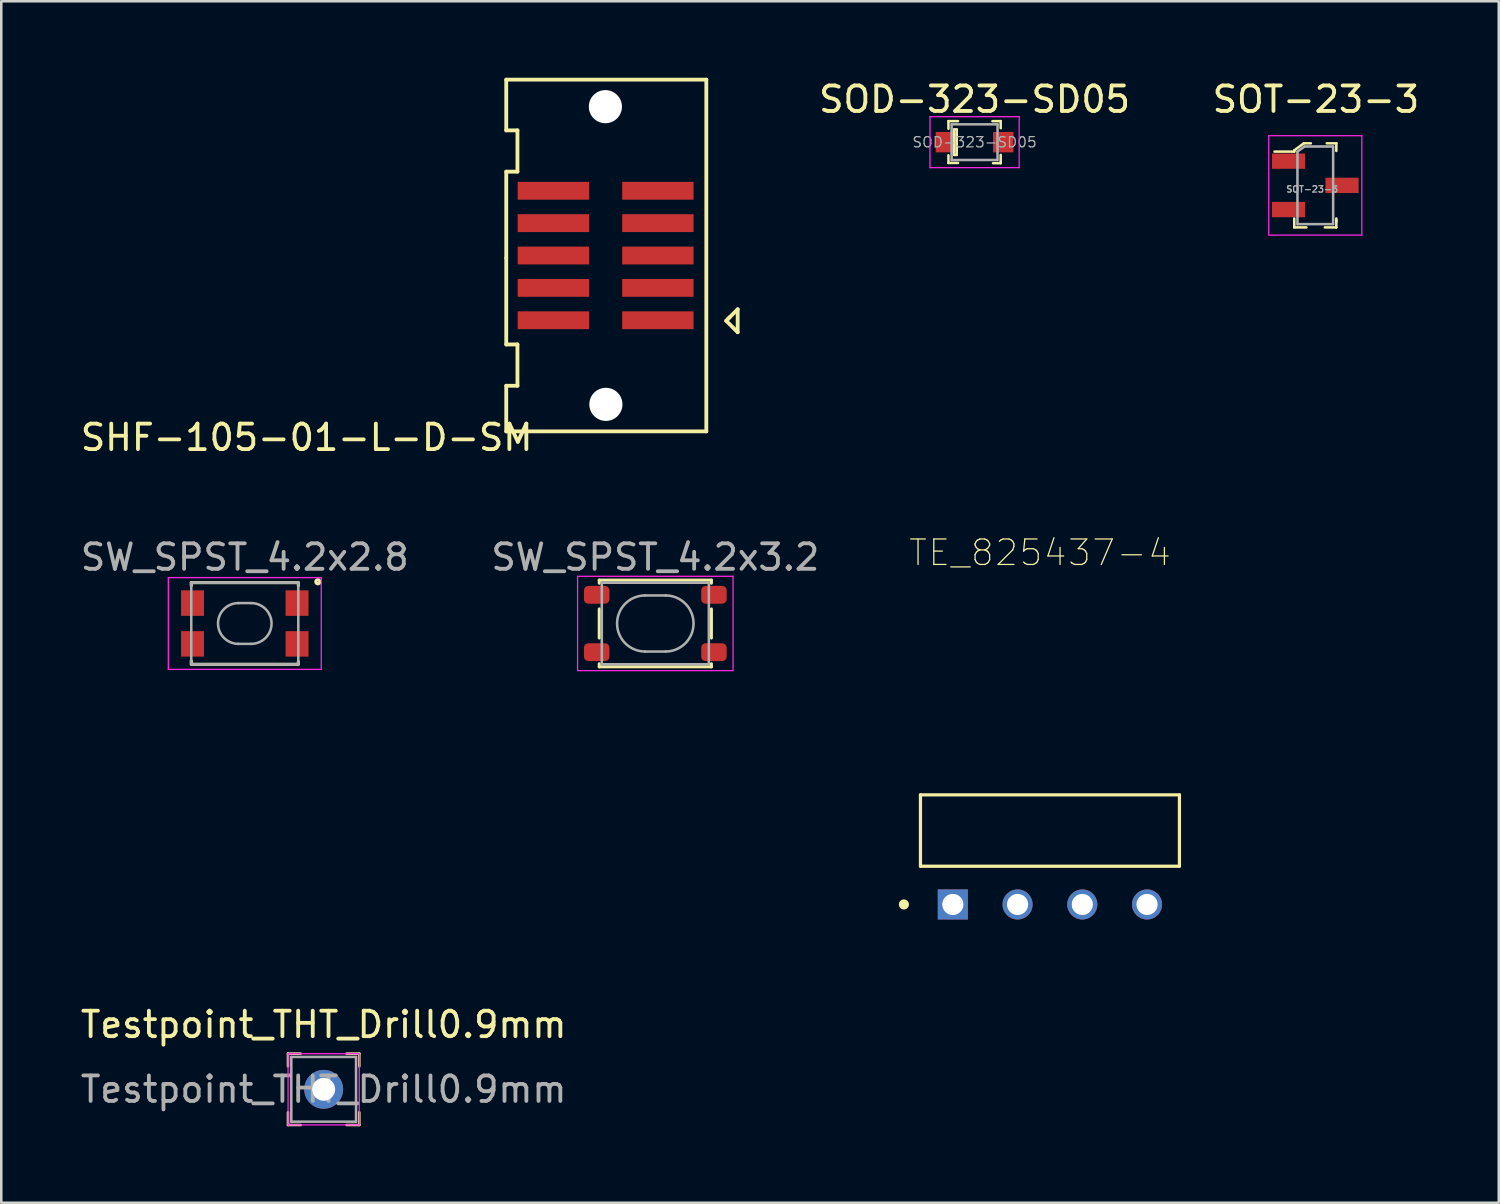
<source format=kicad_pcb>
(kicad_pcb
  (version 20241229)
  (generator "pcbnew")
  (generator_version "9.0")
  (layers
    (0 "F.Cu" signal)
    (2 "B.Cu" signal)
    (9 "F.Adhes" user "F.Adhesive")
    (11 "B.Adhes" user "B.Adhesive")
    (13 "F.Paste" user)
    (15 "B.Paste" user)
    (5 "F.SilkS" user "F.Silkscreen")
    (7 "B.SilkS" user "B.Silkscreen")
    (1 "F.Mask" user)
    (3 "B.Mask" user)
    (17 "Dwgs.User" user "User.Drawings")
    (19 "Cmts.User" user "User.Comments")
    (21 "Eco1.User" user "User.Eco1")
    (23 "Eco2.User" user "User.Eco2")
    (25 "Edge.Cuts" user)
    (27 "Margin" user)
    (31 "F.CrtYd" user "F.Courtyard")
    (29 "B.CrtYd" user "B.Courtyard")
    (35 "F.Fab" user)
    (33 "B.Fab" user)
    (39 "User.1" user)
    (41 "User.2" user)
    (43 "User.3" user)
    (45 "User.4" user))
  (footprint "SW_SPST_4.2x2.8"
    (layer "F.Cu")
    (at 6.554 21.412)
    (property "Reference" "SW_SPST_4.2x2.8" (at 0 -2.6 0) (layer "F.Fab") (effects (font (size 1 1) (thickness 0.15))))
    (attr smd)
    (fp_line (start -2.1 -1.6) (end -2.1 -1.48) (stroke (width 0.12) (type solid)) (layer "F.SilkS"))
    (fp_line (start -2.1 -1.6) (end 2.1 -1.6) (stroke (width 0.12) (type solid)) (layer "F.SilkS"))
    (fp_line (start -2.1 1.58) (end -2.1 1.46) (stroke (width 0.12) (type solid)) (layer "F.SilkS"))
    (fp_line (start -2.1 1.6) (end 2.1 1.6) (stroke (width 0.12) (type solid)) (layer "F.SilkS"))
    (fp_line (start 2.1 -1.6) (end 2.1 -1.48) (stroke (width 0.12) (type solid)) (layer "F.SilkS"))
    (fp_line (start 2.1 1.6) (end 2.1 1.5) (stroke (width 0.12) (type solid)) (layer "F.SilkS"))
    (fp_circle (center 2.867 -1.637) (end 2.882 -1.637) (stroke (width 0.127) (type solid)) (fill no) (layer "F.SilkS"))
    (fp_line (start -2.75 -1.5) (end -2.75 1.5) (stroke (width 0.127) (type solid)) (layer "Eco2.User"))
    (fp_line (start -2.75 1.5) (end 2.75 1.5) (stroke (width 0.127) (type solid)) (layer "Eco2.User"))
    (fp_line (start 2.75 -1.5) (end -2.75 -1.5) (stroke (width 0.127) (type solid)) (layer "Eco2.User"))
    (fp_line (start 2.75 1.5) (end 2.75 -1.5) (stroke (width 0.127) (type solid)) (layer "Eco2.User"))
    (fp_line (start -3 -1.8) (end 3 -1.8) (stroke (width 0.05) (type solid)) (layer "F.CrtYd"))
    (fp_line (start -3 1.8) (end -3 -1.8) (stroke (width 0.05) (type solid)) (layer "F.CrtYd"))
    (fp_line (start 3 -1.8) (end 3 1.8) (stroke (width 0.05) (type solid)) (layer "F.CrtYd"))
    (fp_line (start 3 1.8) (end -3 1.8) (stroke (width 0.05) (type solid)) (layer "F.CrtYd"))
    (fp_line (start -2.1 -1.6) (end -2.1 1.6) (stroke (width 0.1) (type solid)) (layer "F.Fab"))
    (fp_line (start -2.1 1.6) (end 2.1 1.6) (stroke (width 0.1) (type solid)) (layer "F.Fab"))
    (fp_line (start -0.25 -0.8) (end 0.25 -0.8) (stroke (width 0.1) (type solid)) (layer "F.Fab"))
    (fp_line (start 0.25 0.8) (end -0.25 0.8) (stroke (width 0.1) (type solid)) (layer "F.Fab"))
    (fp_line (start 2.1 -1.6) (end -2.1 -1.6) (stroke (width 0.1) (type solid)) (layer "F.Fab"))
    (fp_line (start 2.1 1.6) (end 2.1 -1.6) (stroke (width 0.1) (type solid)) (layer "F.Fab"))
    (fp_arc (start -0.25 0.8) (mid -1.05 0) (end -0.25 -0.8) (stroke (width 0.1) (type solid)) (layer "F.Fab"))
    (fp_arc (start 0.25 -0.8) (mid 1.05 0) (end 0.25 0.8) (stroke (width 0.1) (type solid)) (layer "F.Fab"))
    (pad "1" smd rect (at 2.05 -0.8) (size 0.9 1) (layers "F.Cu" "F.Mask" "F.Paste"))
    (pad "2" smd rect (at 2.05 0.8) (size 0.9 1) (layers "F.Cu" "F.Mask" "F.Paste"))
    (pad "3" smd rect (at -2.05 -0.8) (size 0.9 1) (layers "F.Cu" "F.Mask" "F.Paste"))
    (pad "4" smd rect (at -2.05 0.8) (size 0.9 1) (layers "F.Cu" "F.Mask" "F.Paste")))
  (footprint "SOT-23-3"
    (layer "F.Cu")
    (at 48.555 4.223)
    (property "Reference" "SOT-23-3" (at 0.025 -3.375 0) (layer "F.SilkS") (effects (font (size 1 1) (thickness 0.15))))
    (attr smd)
    (fp_line (start -0.825 -1.375) (end -0.825 -1.325) (stroke (width 0.1) (type solid)) (layer "F.SilkS"))
    (fp_line (start -0.825 -1.325) (end -1.6 -1.325) (stroke (width 0.1) (type solid)) (layer "F.SilkS"))
    (fp_line (start -0.825 1.65) (end -0.825 1.3) (stroke (width 0.1) (type solid)) (layer "F.SilkS"))
    (fp_line (start -0.45 -1.65) (end -0.825 -1.375) (stroke (width 0.1) (type solid)) (layer "F.SilkS"))
    (fp_line (start -0.35 1.65) (end -0.825 1.65) (stroke (width 0.1) (type solid)) (layer "F.SilkS"))
    (fp_line (start -0.175 -1.65) (end -0.45 -1.65) (stroke (width 0.1) (type solid)) (layer "F.SilkS"))
    (fp_line (start 0.45 -1.65) (end 0.825 -1.65) (stroke (width 0.1) (type solid)) (layer "F.SilkS"))
    (fp_line (start 0.825 -1.65) (end 0.825 -1.35) (stroke (width 0.1) (type solid)) (layer "F.SilkS"))
    (fp_line (start 0.825 1.35) (end 0.825 1.65) (stroke (width 0.1) (type solid)) (layer "F.SilkS"))
    (fp_line (start 0.825 1.425) (end 0.825 1.3) (stroke (width 0.1) (type solid)) (layer "F.SilkS"))
    (fp_line (start 0.825 1.65) (end 0.375 1.65) (stroke (width 0.1) (type solid)) (layer "F.SilkS"))
    (fp_line (start -1.825 -1.95) (end -1.825 1.95) (stroke (width 0.05) (type solid)) (layer "F.CrtYd"))
    (fp_line (start -1.825 -1.95) (end 1.825 -1.95) (stroke (width 0.05) (type solid)) (layer "F.CrtYd"))
    (fp_line (start 1.825 -1.95) (end 1.825 1.95) (stroke (width 0.05) (type solid)) (layer "F.CrtYd"))
    (fp_line (start 1.825 1.95) (end -1.825 1.95) (stroke (width 0.05) (type solid)) (layer "F.CrtYd"))
    (fp_line (start -0.7 -1.325) (end -0.7 1.525) (stroke (width 0.1) (type solid)) (layer "F.Fab"))
    (fp_line (start -0.7 1.52) (end 0.7 1.52) (stroke (width 0.1) (type solid)) (layer "F.Fab"))
    (fp_line (start -0.425 -1.525) (end -0.7 -1.325) (stroke (width 0.1) (type solid)) (layer "F.Fab"))
    (fp_line (start -0.425 -1.525) (end 0.7 -1.525) (stroke (width 0.1) (type solid)) (layer "F.Fab"))
    (fp_line (start 0.7 1.52) (end 0.7 -1.52) (stroke (width 0.1) (type solid)) (layer "F.Fab"))
    (fp_text user "${REFERENCE}" (at -0.125 0.15 0) (layer "F.Fab") (effects (font (size 0.25 0.25) (thickness 0.05))))
    (pad "1" smd rect (at -1.05 -0.95) (size 1.3 0.6) (layers "F.Cu" "F.Mask" "F.Paste"))
    (pad "2" smd rect (at -1.05 0.95) (size 1.3 0.6) (layers "F.Cu" "F.Mask" "F.Paste"))
    (pad "3" smd rect (at 1.05 0) (size 1.3 0.6) (layers "F.Cu" "F.Mask" "F.Paste")))
  (footprint "SHF-105-01-L-D-SM"
    (layer "F.Cu")
    (at 20.632 7.005)
    (property "Reference" "SHF-105-01-L-D-SM" (at -11.65 7.11 0) (layer "F.SilkS") (effects (font (size 1 1) (thickness 0.15))))
    (attr through_hole)
    (fp_line (start -3.82 -6.93) (end -3.82 -4.94) (stroke (width 0.15) (type solid)) (layer "F.SilkS"))
    (fp_line (start -3.82 -4.94) (end -3.38 -4.94) (stroke (width 0.15) (type solid)) (layer "F.SilkS"))
    (fp_line (start -3.82 -3.32) (end -3.82 0.07) (stroke (width 0.15) (type solid)) (layer "F.SilkS"))
    (fp_line (start -3.82 0.07) (end -3.82 3.46) (stroke (width 0.15) (type solid)) (layer "F.SilkS"))
    (fp_line (start -3.82 3.46) (end -3.38 3.46) (stroke (width 0.15) (type solid)) (layer "F.SilkS"))
    (fp_line (start -3.82 5.08) (end -3.82 6.87) (stroke (width 0.15) (type solid)) (layer "F.SilkS"))
    (fp_line (start -3.38 -4.94) (end -3.38 -3.32) (stroke (width 0.15) (type solid)) (layer "F.SilkS"))
    (fp_line (start -3.38 -3.32) (end -3.82 -3.32) (stroke (width 0.15) (type solid)) (layer "F.SilkS"))
    (fp_line (start -3.38 3.46) (end -3.38 5.08) (stroke (width 0.15) (type solid)) (layer "F.SilkS"))
    (fp_line (start -3.38 5.08) (end -3.82 5.08) (stroke (width 0.15) (type solid)) (layer "F.SilkS"))
    (fp_line (start 4.03 -6.93) (end -3.82 -6.93) (stroke (width 0.15) (type solid)) (layer "F.SilkS"))
    (fp_line (start 4.03 -6.93) (end 4.03 6.87) (stroke (width 0.15) (type solid)) (layer "F.SilkS"))
    (fp_line (start 4.03 6.87) (end -3.82 6.87) (stroke (width 0.15) (type solid)) (layer "F.SilkS"))
    (fp_line (start 4.81 2.53) (end 4.95 2.39) (stroke (width 0.15) (type solid)) (layer "F.SilkS"))
    (fp_line (start 4.88 2.46) (end 5.26 2.08) (stroke (width 0.15) (type solid)) (layer "F.SilkS"))
    (fp_line (start 5.26 2.08) (end 5.26 2.98) (stroke (width 0.15) (type solid)) (layer "F.SilkS"))
    (fp_line (start 5.26 2.98) (end 4.81 2.53) (stroke (width 0.15) (type solid)) (layer "F.SilkS"))
    (pad "" np_thru_hole circle (at 0.07 -5.87 180) (size 1.3 1.3) (drill 1.3) (layers "*.Cu" "*.Mask"))
    (pad "" np_thru_hole circle (at 0.09 5.81) (size 1.3 1.3) (drill 1.3) (layers "*.Cu" "*.Mask"))
    (pad "1" smd rect (at 2.13 2.51 180) (size 2.8 0.7) (layers "F.Cu" "F.Mask" "F.Paste"))
    (pad "2" smd rect (at -1.97 2.51 180) (size 2.8 0.7) (layers "F.Cu" "F.Mask" "F.Paste"))
    (pad "3" smd rect (at 2.13 1.24 180) (size 2.8 0.7) (layers "F.Cu" "F.Mask" "F.Paste"))
    (pad "4" smd rect (at -1.97 1.24 180) (size 2.8 0.7) (layers "F.Cu" "F.Mask" "F.Paste"))
    (pad "5" smd rect (at 2.13 -0.03 180) (size 2.8 0.7) (layers "F.Cu" "F.Mask" "F.Paste"))
    (pad "6" smd rect (at -1.97 -0.03 180) (size 2.8 0.7) (layers "F.Cu" "F.Mask" "F.Paste"))
    (pad "7" smd rect (at 2.13 -1.3 180) (size 2.8 0.7) (layers "F.Cu" "F.Mask" "F.Paste"))
    (pad "8" smd rect (at -1.97 -1.3 180) (size 2.8 0.7) (layers "F.Cu" "F.Mask" "F.Paste"))
    (pad "9" smd rect (at 2.13 -2.57) (size 2.8 0.7) (layers "F.Cu" "F.Mask" "F.Paste"))
    (pad "10" smd rect (at -1.97 -2.57 180) (size 2.8 0.7) (layers "F.Cu" "F.Mask" "F.Paste")))
  (footprint "SW_SPST_4.2x3.2"
    (layer "F.Cu")
    (at 22.661 21.412)
    (property "Reference" "SW_SPST_4.2x3.2" (at 0 -2.6 0) (layer "F.Fab") (effects (font (size 1 1) (thickness 0.15))))
    (attr smd)
    (fp_line (start -2.2 -1.7) (end -2.2 -1.58) (stroke (width 0.12) (type solid)) (layer "F.SilkS"))
    (fp_line (start -2.2 -0.57) (end -2.2 0.57) (stroke (width 0.12) (type solid)) (layer "F.SilkS"))
    (fp_line (start -2.2 1.58) (end -2.2 1.7) (stroke (width 0.12) (type solid)) (layer "F.SilkS"))
    (fp_line (start -2.2 1.7) (end 2.2 1.7) (stroke (width 0.12) (type solid)) (layer "F.SilkS"))
    (fp_line (start 2.2 -1.7) (end -2.2 -1.7) (stroke (width 0.12) (type solid)) (layer "F.SilkS"))
    (fp_line (start 2.2 -1.58) (end 2.2 -1.7) (stroke (width 0.12) (type solid)) (layer "F.SilkS"))
    (fp_line (start 2.2 0.57) (end 2.2 -0.57) (stroke (width 0.12) (type solid)) (layer "F.SilkS"))
    (fp_line (start 2.2 1.7) (end 2.2 1.58) (stroke (width 0.12) (type solid)) (layer "F.SilkS"))
    (fp_line (start -3.05 -1.85) (end 3.05 -1.85) (stroke (width 0.05) (type solid)) (layer "F.CrtYd"))
    (fp_line (start -3.05 1.85) (end -3.05 -1.85) (stroke (width 0.05) (type solid)) (layer "F.CrtYd"))
    (fp_line (start 3.05 -1.85) (end 3.05 1.85) (stroke (width 0.05) (type solid)) (layer "F.CrtYd"))
    (fp_line (start 3.05 1.85) (end -3.05 1.85) (stroke (width 0.05) (type solid)) (layer "F.CrtYd"))
    (fp_line (start -2.1 -1.6) (end -2.1 1.6) (stroke (width 0.1) (type solid)) (layer "F.Fab"))
    (fp_line (start -2.1 1.6) (end 2.1 1.6) (stroke (width 0.1) (type solid)) (layer "F.Fab"))
    (fp_line (start -0.4 -1.1) (end 0.4 -1.1) (stroke (width 0.1) (type solid)) (layer "F.Fab"))
    (fp_line (start 0.4 1.1) (end -0.4 1.1) (stroke (width 0.1) (type solid)) (layer "F.Fab"))
    (fp_line (start 2.1 -1.6) (end -2.1 -1.6) (stroke (width 0.1) (type solid)) (layer "F.Fab"))
    (fp_line (start 2.1 1.6) (end 2.1 -1.6) (stroke (width 0.1) (type solid)) (layer "F.Fab"))
    (fp_arc (start -0.4 1.1) (mid -1.5 0) (end -0.4 -1.1) (stroke (width 0.1) (type solid)) (layer "F.Fab"))
    (fp_arc (start 0.4 -1.1) (mid 1.5 0) (end 0.4 1.1) (stroke (width 0.1) (type solid)) (layer "F.Fab"))
    (pad "1" smd roundrect (at -2.3 1.125) (size 1 0.7) (layers "F.Cu" "F.Mask" "F.Paste") (roundrect_rratio 0.25))
    (pad "2" smd roundrect (at 2.3 1.125) (size 1 0.7) (layers "F.Cu" "F.Mask" "F.Paste") (roundrect_rratio 0.25))
    (pad "3" smd roundrect (at -2.3 -1.125) (size 1 0.7) (layers "F.Cu" "F.Mask" "F.Paste") (roundrect_rratio 0.25))
    (pad "4" smd roundrect (at 2.3 -1.125) (size 1 0.7) (layers "F.Cu" "F.Mask" "F.Paste") (roundrect_rratio 0.25)))
  (footprint "TE_825437-4"
    (layer "F.Cu")
    (at 34.334 32.436)
    (property "Reference" "TE_825437-4" (at 3.42 -13.8 0) (layer "F.SilkS") (effects (font (size 1 1) (thickness 0.05))))
    (attr through_hole)
    (fp_line (start -1.27 -1.5) (end -1.27 -4.3) (stroke (width 0.127) (type solid)) (layer "F.SilkS"))
    (fp_line (start 8.89 -4.3) (end -1.27 -4.3) (stroke (width 0.127) (type solid)) (layer "F.SilkS"))
    (fp_line (start 8.89 -4.3) (end 8.89 -1.5) (stroke (width 0.127) (type solid)) (layer "F.SilkS"))
    (fp_line (start 8.89 -1.5) (end -1.27 -1.5) (stroke (width 0.127) (type solid)) (layer "F.SilkS"))
    (fp_circle (center -1.92 0) (end -1.82 0) (stroke (width 0.2) (type solid)) (fill no) (layer "F.SilkS"))
    (fp_line (start -1.52 -12.75) (end 9.14 -12.75) (stroke (width 0.05) (type solid)) (layer "Eco1.User"))
    (fp_line (start -1.52 0.84) (end -1.52 -12.75) (stroke (width 0.05) (type solid)) (layer "Eco1.User"))
    (fp_line (start 9.14 -12.75) (end 9.14 0.84) (stroke (width 0.05) (type solid)) (layer "Eco1.User"))
    (fp_line (start 9.14 0.84) (end -1.52 0.84) (stroke (width 0.05) (type solid)) (layer "Eco1.User"))
    (fp_line (start -1.27 -12.5) (end 8.89 -12.5) (stroke (width 0.127) (type solid)) (layer "Eco2.User"))
    (fp_line (start -1.27 -4.3) (end 8.89 -4.3) (stroke (width 0.127) (type solid)) (layer "Eco2.User"))
    (fp_line (start -1.27 -1.5) (end -1.27 -12.5) (stroke (width 0.127) (type solid)) (layer "Eco2.User"))
    (fp_line (start -1.27 -1.5) (end -1.27 -4.3) (stroke (width 0.127) (type solid)) (layer "Eco2.User"))
    (fp_line (start 8.89 -12.5) (end 8.89 -1.5) (stroke (width 0.127) (type solid)) (layer "Eco2.User"))
    (fp_line (start 8.89 -4.3) (end 8.89 -1.5) (stroke (width 0.127) (type solid)) (layer "Eco2.User"))
    (fp_line (start 8.89 -1.5) (end -1.27 -1.5) (stroke (width 0.127) (type solid)) (layer "Eco2.User"))
    (fp_circle (center -1.92 0) (end -1.82 0) (stroke (width 0.2) (type solid)) (fill no) (layer "Eco2.User"))
    (pad "1" thru_hole rect (at 0 0) (size 1.18 1.18) (drill 0.83) (layers "*.Cu" "*.Mask"))
    (pad "2" thru_hole circle (at 2.54 0) (size 1.18 1.18) (drill 0.83) (layers "*.Cu" "*.Mask"))
    (pad "3" thru_hole circle (at 5.08 0) (size 1.18 1.18) (drill 0.83) (layers "*.Cu" "*.Mask"))
    (pad "4" thru_hole circle (at 7.62 0) (size 1.18 1.18) (drill 0.83) (layers "*.Cu" "*.Mask")))
  (footprint "SOD-323-SD05"
    (layer "F.Cu")
    (at 35.187 2.528)
    (property "Reference" "SOD-323-SD05" (at 0 -1.68 0) (layer "F.SilkS") (effects (font (size 1 1) (thickness 0.15))))
    (attr smd)
    (fp_line (start -1.025 -0.825) (end -1.025 -0.525) (stroke (width 0.1) (type solid)) (layer "F.SilkS"))
    (fp_line (start -1.025 0.515) (end -1.025 0.815) (stroke (width 0.1) (type solid)) (layer "F.SilkS"))
    (fp_line (start -0.8 -0.5) (end -0.8 0.5) (stroke (width 0.1) (type solid)) (layer "F.SilkS"))
    (fp_line (start -0.8 0.5) (end -0.7 0.5) (stroke (width 0.1) (type solid)) (layer "F.SilkS"))
    (fp_line (start -0.7 -0.5) (end -0.8 -0.5) (stroke (width 0.1) (type solid)) (layer "F.SilkS"))
    (fp_line (start -0.7 0.5) (end -0.7 -0.5) (stroke (width 0.1) (type solid)) (layer "F.SilkS"))
    (fp_line (start -0.65 -0.825) (end -1.025 -0.825) (stroke (width 0.1) (type solid)) (layer "F.SilkS"))
    (fp_line (start -0.65 0.815) (end -1.025 0.815) (stroke (width 0.1) (type solid)) (layer "F.SilkS"))
    (fp_line (start 0.7 -0.825) (end 1.025 -0.825) (stroke (width 0.1) (type solid)) (layer "F.SilkS"))
    (fp_line (start 1.025 -0.825) (end 1.025 -0.55) (stroke (width 0.1) (type solid)) (layer "F.SilkS"))
    (fp_line (start 1.025 0.5) (end 1.025 0.825) (stroke (width 0.1) (type solid)) (layer "F.SilkS"))
    (fp_line (start 1.025 0.825) (end 0.725 0.825) (stroke (width 0.1) (type solid)) (layer "F.SilkS"))
    (fp_line (start -1.75 -1) (end 1.75 -1) (stroke (width 0.05) (type solid)) (layer "F.CrtYd"))
    (fp_line (start -1.75 1) (end -1.75 -1) (stroke (width 0.05) (type solid)) (layer "F.CrtYd"))
    (fp_line (start 1.75 -1) (end 1.75 1) (stroke (width 0.05) (type solid)) (layer "F.CrtYd"))
    (fp_line (start 1.75 1) (end -1.75 1) (stroke (width 0.05) (type solid)) (layer "F.CrtYd"))
    (fp_line (start -0.9 0.7) (end -0.9 -0.7) (stroke (width 0.1) (type solid)) (layer "F.Fab"))
    (fp_line (start -0.9 0.7) (end 0.9 0.7) (stroke (width 0.1) (type solid)) (layer "F.Fab"))
    (fp_line (start 0.9 -0.7) (end -0.9 -0.7) (stroke (width 0.1) (type solid)) (layer "F.Fab"))
    (fp_line (start 0.9 -0.7) (end 0.9 0.7) (stroke (width 0.1) (type solid)) (layer "F.Fab"))
    (fp_text user "${REFERENCE}" (at 0 0 0) (layer "F.Fab") (effects (font (size 0.4 0.4) (thickness 0.05))))
    (pad "A" smd rect (at 1.125 0) (size 0.8 0.8) (layers "F.Cu" "F.Mask" "F.Paste"))
    (pad "K" smd rect (at -1.125 0) (size 0.8 0.8) (layers "F.Cu" "F.Mask" "F.Paste")))
  (footprint "Testpoint_THT_Drill0.9mm"
    (layer "F.Cu")
    (at 9.649 39.689)
    (property "Reference" "Testpoint_THT_Drill0.9mm" (at 0 -2.54 0) (layer "F.SilkS") (effects (font (size 1 1) (thickness 0.15))))
    (attr through_hole)
    (fp_line (start -1.4 -1.4) (end -1.4 -0.9) (stroke (width 0.1) (type solid)) (layer "F.SilkS"))
    (fp_line (start -1.4 -1.4) (end -0.9 -1.4) (stroke (width 0.1) (type solid)) (layer "F.SilkS"))
    (fp_line (start -1.4 1.4) (end -1.4 0.9) (stroke (width 0.1) (type solid)) (layer "F.SilkS"))
    (fp_line (start -1.4 1.4) (end -0.9 1.4) (stroke (width 0.1) (type solid)) (layer "F.SilkS"))
    (fp_line (start 1.398 -1.4) (end 0.898 -1.4) (stroke (width 0.1) (type solid)) (layer "F.SilkS"))
    (fp_line (start 1.398 -1.4) (end 1.398 -0.9) (stroke (width 0.1) (type solid)) (layer "F.SilkS"))
    (fp_line (start 1.398 1.4) (end 0.898 1.4) (stroke (width 0.1) (type solid)) (layer "F.SilkS"))
    (fp_line (start 1.398 1.4) (end 1.398 0.9) (stroke (width 0.1) (type solid)) (layer "F.SilkS"))
    (fp_line (start -1.397 -1.397) (end -1.397 1.397) (stroke (width 0.05) (type solid)) (layer "F.CrtYd"))
    (fp_line (start 1.397 -1.397) (end -1.397 -1.397) (stroke (width 0.05) (type solid)) (layer "F.CrtYd"))
    (fp_line (start 1.397 -1.397) (end 1.397 1.397) (stroke (width 0.05) (type solid)) (layer "F.CrtYd"))
    (fp_line (start 1.397 1.397) (end -1.397 1.397) (stroke (width 0.05) (type solid)) (layer "F.CrtYd"))
    (fp_line (start -1.27 -1.27) (end 1.27 -1.27) (stroke (width 0.1) (type solid)) (layer "F.Fab"))
    (fp_line (start -1.27 1.27) (end -1.27 -1.27) (stroke (width 0.1) (type solid)) (layer "F.Fab"))
    (fp_line (start -1.27 1.27) (end 1.27 1.27) (stroke (width 0.1) (type solid)) (layer "F.Fab"))
    (fp_line (start 1.27 1.27) (end 1.27 -1.27) (stroke (width 0.1) (type solid)) (layer "F.Fab"))
    (fp_text user "${REFERENCE}" (at 0 0 0) (layer "F.Fab") (effects (font (size 1 1) (thickness 0.15))))
    (pad "1" thru_hole circle (at 0 0) (size 1.524 1.524) (drill 0.9) (layers "*.Cu" "*.Mask")))
  (gr_rect
    (start -3 -3)
    (end 55.753 44.139)
    (stroke (width 0.1) (type default))
    (fill no)
    (layer "Edge.Cuts")))
</source>
